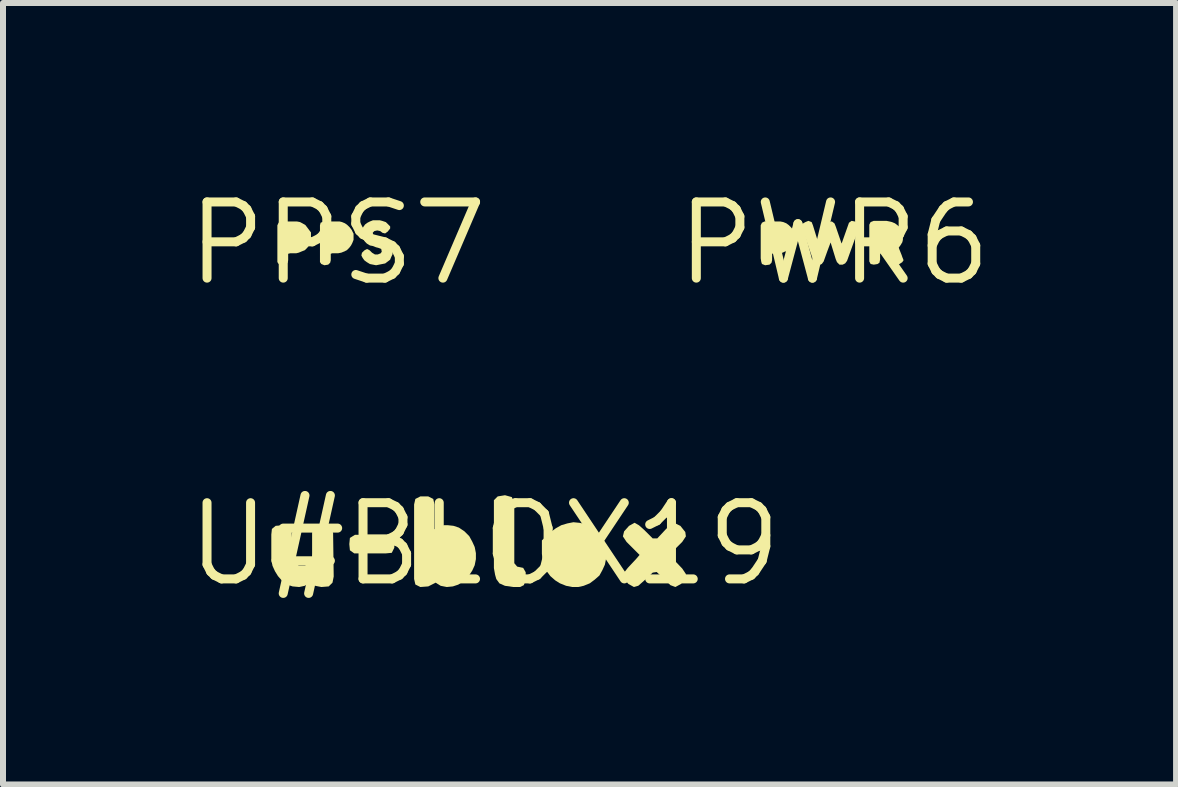
<source format=kicad_pcb>
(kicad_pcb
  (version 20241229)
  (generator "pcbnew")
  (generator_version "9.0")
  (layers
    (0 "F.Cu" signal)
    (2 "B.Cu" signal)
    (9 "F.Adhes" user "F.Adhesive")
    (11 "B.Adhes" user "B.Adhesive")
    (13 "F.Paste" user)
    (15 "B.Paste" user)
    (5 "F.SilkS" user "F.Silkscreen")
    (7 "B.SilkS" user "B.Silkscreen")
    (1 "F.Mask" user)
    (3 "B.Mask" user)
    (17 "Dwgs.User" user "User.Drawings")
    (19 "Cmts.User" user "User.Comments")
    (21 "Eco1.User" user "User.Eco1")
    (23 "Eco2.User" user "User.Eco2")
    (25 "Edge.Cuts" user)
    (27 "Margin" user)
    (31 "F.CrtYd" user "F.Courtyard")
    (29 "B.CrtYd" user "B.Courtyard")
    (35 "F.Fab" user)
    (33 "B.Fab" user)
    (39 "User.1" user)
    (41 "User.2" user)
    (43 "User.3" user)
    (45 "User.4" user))
  (footprint "PPS7"
    (layer "F.Cu")
    (at 2.578 1.006)
    (property "Reference" "PPS7" (at 0 0 0) (layer "F.SilkS") (effects (font (size 1.27 1.27) (thickness 0.15))))
    (fp_poly (pts (xy -0.689 0.165) (xy -0.789 0.165) (xy -0.825 0.174) (xy -0.825 0.281) (xy -0.835 0.323) (xy -0.868 0.355) (xy -0.931 0.365) (xy -0.983 0.344) (xy -1.005 0.312) (xy -1.005 -0.301) (xy -0.984 -0.344) (xy -0.941 -0.365) (xy -0.68 -0.365) (xy -0.628 -0.355) (xy -0.588 -0.334) (xy -0.537 -0.304) (xy -0.476 -0.223) (xy -0.445 -0.182) (xy -0.445 -0.06) (xy -0.455 -0.008) (xy -0.476 0.033) (xy -0.506 0.073) (xy -0.547 0.114) (xy -0.603 0.136) (xy -0.648 0.155)) (stroke (width 0) (type solid)) (fill yes) (layer "F.SilkS"))
    (fp_poly (pts (xy 0.072 -0.355) (xy 0.122 -0.334) (xy 0.163 -0.304) (xy 0.204 -0.263) (xy 0.234 -0.223) (xy 0.254 -0.182) (xy 0.265 -0.161) (xy 0.265 -0.059) (xy 0.245 -0.008) (xy 0.224 0.033) (xy 0.194 0.073) (xy 0.153 0.114) (xy 0.117 0.132) (xy 0.117 0.133) (xy 0.112 0.135) (xy 0.108 0.137) (xy 0.108 0.136) (xy 0.061 0.155) (xy 0.01 0.165) (xy -0.089 0.165) (xy -0.115 0.174) (xy -0.115 0.281) (xy -0.125 0.323) (xy -0.158 0.355) (xy -0.221 0.365) (xy -0.273 0.344) (xy -0.295 0.312) (xy -0.295 -0.301) (xy -0.284 -0.344) (xy -0.231 -0.365) (xy 0.031 -0.365)) (stroke (width 0) (type solid)) (fill yes) (layer "F.SilkS"))
    (fp_poly (pts (xy 0.741 -0.375) (xy 0.803 -0.354) (xy 0.834 -0.324) (xy 0.875 -0.282) (xy 0.875 -0.248) (xy 0.834 -0.196) (xy 0.791 -0.165) (xy 0.748 -0.175) (xy 0.708 -0.205) (xy 0.66 -0.215) (xy 0.612 -0.205) (xy 0.585 -0.178) (xy 0.594 -0.133) (xy 0.632 -0.115) (xy 0.731 -0.085) (xy 0.781 -0.075) (xy 0.832 -0.054) (xy 0.874 -0.024) (xy 0.905 0.018) (xy 0.915 0.07) (xy 0.915 0.181) (xy 0.895 0.222) (xy 0.874 0.273) (xy 0.833 0.304) (xy 0.792 0.335) (xy 0.741 0.345) (xy 0.691 0.355) (xy 0.64 0.365) (xy 0.589 0.355) (xy 0.538 0.345) (xy 0.487 0.314) (xy 0.446 0.284) (xy 0.416 0.243) (xy 0.395 0.201) (xy 0.405 0.157) (xy 0.447 0.116) (xy 0.49 0.094) (xy 0.533 0.116) (xy 0.573 0.156) (xy 0.621 0.185) (xy 0.669 0.185) (xy 0.717 0.166) (xy 0.735 0.139) (xy 0.726 0.094) (xy 0.678 0.075) (xy 0.638 0.065) (xy 0.589 0.045) (xy 0.538 0.035) (xy 0.487 0.004) (xy 0.456 -0.027) (xy 0.426 -0.068) (xy 0.405 -0.119) (xy 0.405 -0.221) (xy 0.426 -0.272) (xy 0.456 -0.314) (xy 0.497 -0.344) (xy 0.538 -0.365) (xy 0.589 -0.385) (xy 0.701 -0.385)) (stroke (width 0) (type solid)) (fill yes) (layer "F.SilkS")))
  (footprint "PWR6"
    (layer "F.Cu")
    (at 10.854 1.006)
    (property "Reference" "PWR6" (at 0 0 0) (layer "F.SilkS") (effects (font (size 1.27 1.27) (thickness 0.15))))
    (fp_poly (pts (xy -0.849 -0.355) (xy -0.798 -0.334) (xy -0.757 -0.304) (xy -0.716 -0.263) (xy -0.686 -0.223) (xy -0.666 -0.182) (xy -0.655 -0.161) (xy -0.655 -0.11) (xy -0.665 -0.059) (xy -0.675 -0.008) (xy -0.696 0.033) (xy -0.726 0.073) (xy -0.767 0.114) (xy -0.812 0.137) (xy -0.814 0.133) (xy -0.858 0.155) (xy -0.91 0.165) (xy -1.009 0.165) (xy -1.035 0.174) (xy -1.035 0.281) (xy -1.045 0.323) (xy -1.078 0.355) (xy -1.151 0.365) (xy -1.204 0.344) (xy -1.215 0.311) (xy -1.225 0.25) (xy -1.225 -0.301) (xy -1.204 -0.344) (xy -1.161 -0.365) (xy -0.9 -0.365)) (stroke (width 0) (type solid)) (fill yes) (layer "F.SilkS"))
    (fp_poly (pts (xy -0.376 -0.354) (xy -0.355 -0.302) (xy -0.266 -0.013) (xy -0.252 0.001) (xy -0.155 -0.282) (xy -0.134 -0.334) (xy -0.092 -0.355) (xy -0.039 -0.365) (xy 0.004 -0.333) (xy 0.025 -0.282) (xy 0.122 0.001) (xy 0.126 -0.003) (xy 0.246 -0.343) (xy 0.289 -0.375) (xy 0.342 -0.365) (xy 0.394 -0.334) (xy 0.415 -0.291) (xy 0.405 -0.239) (xy 0.214 0.292) (xy 0.183 0.334) (xy 0.141 0.355) (xy 0.088 0.355) (xy 0.046 0.313) (xy 0.025 0.262) (xy -0.06 -0.015) (xy -0.115 0.132) (xy -0.176 0.302) (xy -0.207 0.344) (xy -0.26 0.365) (xy -0.313 0.344) (xy -0.344 0.302) (xy -0.525 -0.228) (xy -0.545 -0.29) (xy -0.534 -0.323) (xy -0.482 -0.354) (xy -0.43 -0.375)) (stroke (width 0) (type solid)) (fill yes) (layer "F.SilkS"))
    (fp_poly (pts (xy 0.921 -0.365) (xy 0.962 -0.355) (xy 1.012 -0.334) (xy 1.049 -0.307) (xy 1.05 -0.307) (xy 1.053 -0.304) (xy 1.057 -0.301) (xy 1.057 -0.3) (xy 1.094 -0.263) (xy 1.125 -0.222) (xy 1.135 -0.171) (xy 1.145 -0.12) (xy 1.145 -0.059) (xy 1.135 -0.018) (xy 1.104 0.033) (xy 1.076 0.071) (xy 1.085 0.098) (xy 1.125 0.198) (xy 1.135 0.228) (xy 1.156 0.281) (xy 1.134 0.314) (xy 1.072 0.355) (xy 1.029 0.365) (xy 0.986 0.333) (xy 0.936 0.212) (xy 0.897 0.155) (xy 0.801 0.155) (xy 0.765 0.173) (xy 0.765 0.27) (xy 0.754 0.323) (xy 0.722 0.345) (xy 0.66 0.355) (xy 0.607 0.344) (xy 0.585 0.301) (xy 0.585 -0.311) (xy 0.606 -0.354) (xy 0.659 -0.375) (xy 0.87 -0.375)) (stroke (width 0) (type solid)) (fill yes) (layer "F.SilkS")))
  (footprint "U#BLOX19"
    (layer "F.Cu")
    (at 5.027 6.019)
    (property "Reference" "U#BLOX19" (at 0 0 0) (layer "F.SilkS") (effects (font (size 1.27 1.27) (thickness 0.15))))
    (fp_poly (pts (xy -1.547 -0.134) (xy -1.505 -0.051) (xy -1.505 0.061) (xy -1.547 0.145) (xy -1.65 0.155) (xy -2.172 0.155) (xy -2.245 0.103) (xy -2.255 0) (xy -2.245 -0.103) (xy -2.161 -0.155) (xy -1.65 -0.155)) (stroke (width 0) (type solid)) (fill yes) (layer "F.SilkS"))
    (fp_poly (pts (xy 0.453 -0.784) (xy 0.495 -0.701) (xy 0.495 0.318) (xy 0.543 0.375) (xy 0.643 0.396) (xy 0.685 0.469) (xy 0.685 0.601) (xy 0.654 0.684) (xy 0.591 0.715) (xy 0.48 0.715) (xy 0.339 0.695) (xy 0.247 0.654) (xy 0.195 0.582) (xy 0.175 0.511) (xy 0.155 0.4) (xy 0.155 -0.732) (xy 0.218 -0.795) (xy 0.34 -0.815)) (stroke (width 0) (type solid)) (fill yes) (layer "F.SilkS"))
    (fp_poly (pts (xy -0.856 -0.753) (xy -0.835 -0.661) (xy -0.835 -0.248) (xy -0.782 -0.275) (xy -0.681 -0.315) (xy -0.61 -0.315) (xy -0.519 -0.305) (xy -0.428 -0.275) (xy -0.337 -0.214) (xy -0.256 -0.133) (xy -0.206 -0.042) (xy -0.165 0.048) (xy -0.145 0.15) (xy -0.145 0.25) (xy -0.165 0.352) (xy -0.206 0.442) (xy -0.266 0.533) (xy -0.347 0.614) (xy -0.438 0.675) (xy -0.529 0.705) (xy -0.63 0.715) (xy -0.732 0.695) (xy -0.816 0.642) (xy -0.816 0.643) (xy -0.858 0.664) (xy -0.939 0.705) (xy -1.071 0.715) (xy -1.154 0.673) (xy -1.175 0.581) (xy -1.175 -0.661) (xy -1.154 -0.753) (xy -1.071 -0.795) (xy -0.939 -0.795)) (stroke (width 0) (type solid)) (fill yes) (layer "F.SilkS"))
    (fp_poly (pts (xy -3.246 -0.284) (xy -3.215 -0.211) (xy -3.215 0.209) (xy -3.176 0.307) (xy -3.099 0.355) (xy -2.991 0.355) (xy -2.914 0.307) (xy -2.875 0.229) (xy -2.875 -0.191) (xy -2.844 -0.284) (xy -2.761 -0.315) (xy -2.629 -0.315) (xy -2.546 -0.273) (xy -2.525 -0.181) (xy -2.515 0.54) (xy -2.535 0.642) (xy -2.598 0.705) (xy -2.72 0.715) (xy -2.823 0.695) (xy -2.872 0.626) (xy -2.908 0.635) (xy -2.998 0.695) (xy -3.09 0.715) (xy -3.201 0.705) (xy -3.292 0.674) (xy -3.373 0.614) (xy -3.444 0.533) (xy -3.494 0.452) (xy -3.535 0.362) (xy -3.555 0.26) (xy -3.555 -0.16) (xy -3.545 -0.253) (xy -3.482 -0.305) (xy -3.349 -0.315)) (stroke (width 0) (type solid)) (fill yes) (layer "F.SilkS"))
    (fp_poly (pts (xy 1.581 -0.355) (xy 1.682 -0.335) (xy 1.773 -0.284) (xy 1.853 -0.224) (xy 1.924 -0.153) (xy 1.985 -0.072) (xy 2.015 0.029) (xy 2.035 0.13) (xy 2.025 0.241) (xy 2.005 0.342) (xy 1.964 0.432) (xy 1.914 0.523) (xy 1.833 0.594) (xy 1.752 0.654) (xy 1.651 0.695) (xy 1.561 0.715) (xy 1.46 0.715) (xy 1.359 0.695) (xy 1.262 0.656) (xy 1.262 0.657) (xy 1.258 0.654) (xy 1.253 0.652) (xy 1.253 0.652) (xy 1.177 0.604) (xy 1.096 0.533) (xy 1.036 0.453) (xy 0.985 0.362) (xy 0.965 0.261) (xy 0.955 0.16) (xy 0.955 -0.062) (xy 1.107 -0.204) (xy 1.187 -0.264) (xy 1.278 -0.315) (xy 1.379 -0.345) (xy 1.48 -0.365)) (stroke (width 0) (type solid)) (fill yes) (layer "F.SilkS"))
    (fp_poly (pts (xy 2.573 -0.314) (xy 2.663 -0.234) (xy 2.802 -0.095) (xy 2.878 -0.095) (xy 3.016 -0.243) (xy 3.097 -0.325) (xy 3.181 -0.345) (xy 3.263 -0.304) (xy 3.345 -0.202) (xy 3.355 -0.129) (xy 3.294 -0.037) (xy 3.077 0.18) (xy 3.294 0.407) (xy 3.355 0.498) (xy 3.355 0.572) (xy 3.273 0.664) (xy 3.18 0.715) (xy 3.097 0.684) (xy 3.017 0.604) (xy 2.868 0.465) (xy 2.802 0.475) (xy 2.653 0.614) (xy 2.562 0.694) (xy 2.489 0.715) (xy 2.397 0.664) (xy 2.315 0.572) (xy 2.315 0.488) (xy 2.386 0.397) (xy 2.526 0.247) (xy 2.583 0.18) (xy 2.366 -0.037) (xy 2.305 -0.129) (xy 2.325 -0.212) (xy 2.407 -0.304) (xy 2.5 -0.356)) (stroke (width 0) (type solid)) (fill yes) (layer "F.SilkS")))
  (gr_rect
    (start -3 -3)
    (end 16.552 10.025)
    (stroke (width 0.1) (type default))
    (fill no)
    (layer "Edge.Cuts")))
</source>
